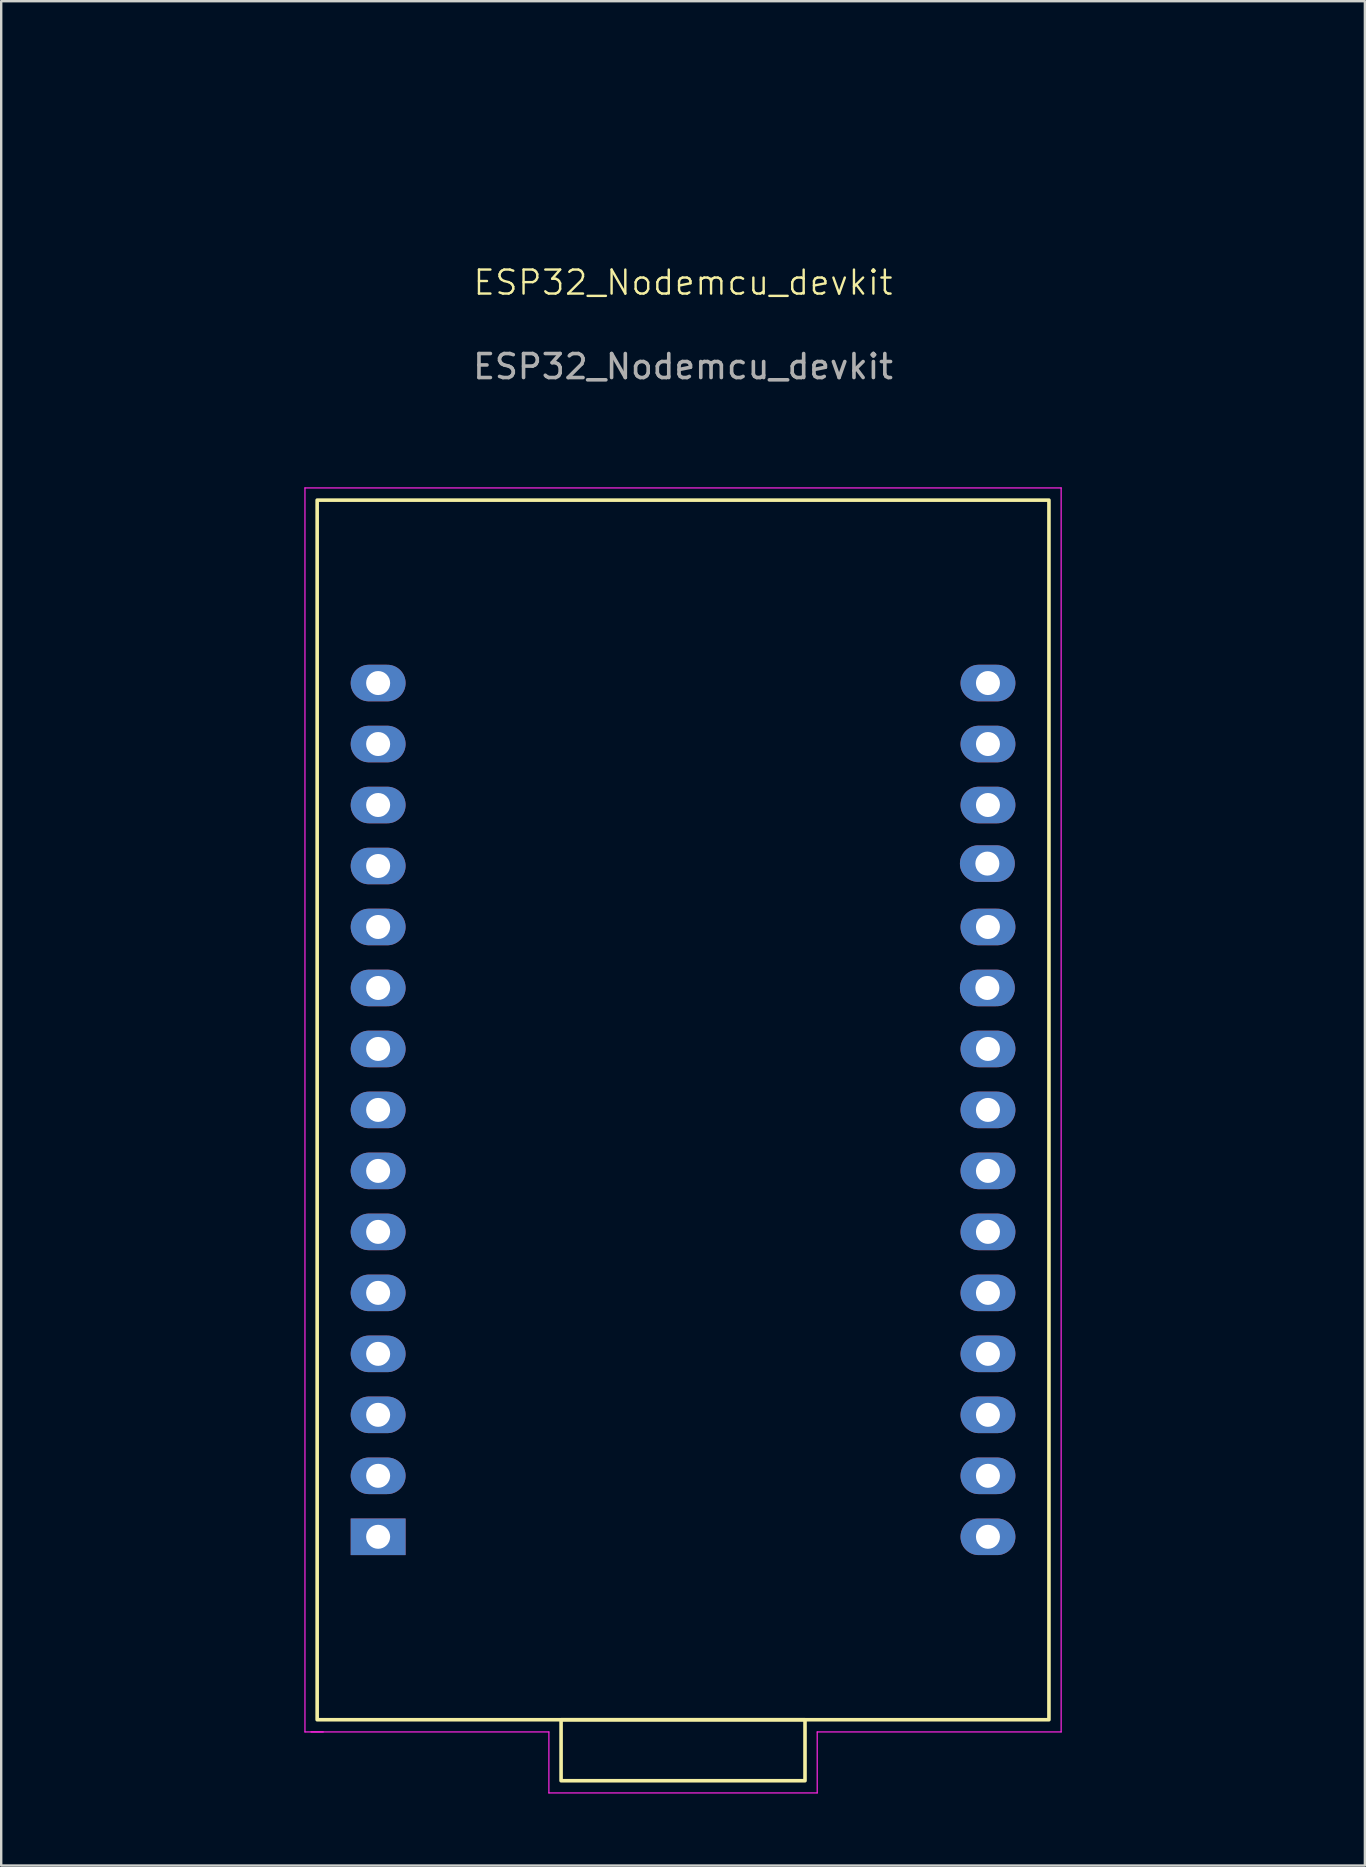
<source format=kicad_pcb>
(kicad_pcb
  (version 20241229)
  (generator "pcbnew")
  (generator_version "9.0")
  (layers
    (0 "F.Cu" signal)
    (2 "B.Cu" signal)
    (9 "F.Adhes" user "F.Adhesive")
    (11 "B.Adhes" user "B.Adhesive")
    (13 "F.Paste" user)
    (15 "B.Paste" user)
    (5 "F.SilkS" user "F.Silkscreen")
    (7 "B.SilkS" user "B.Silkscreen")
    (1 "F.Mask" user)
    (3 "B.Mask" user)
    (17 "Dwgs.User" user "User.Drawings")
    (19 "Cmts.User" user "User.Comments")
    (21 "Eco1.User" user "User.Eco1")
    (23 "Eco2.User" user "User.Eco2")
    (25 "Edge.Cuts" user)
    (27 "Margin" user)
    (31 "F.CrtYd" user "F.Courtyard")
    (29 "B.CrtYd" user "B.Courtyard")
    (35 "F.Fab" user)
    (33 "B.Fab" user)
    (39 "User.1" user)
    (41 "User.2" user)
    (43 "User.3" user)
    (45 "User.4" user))
  (footprint "ESP32_Nodemcu_devkit"
    (layer "F.Cu")
    (at 25.4 45.72)
    (property "Reference" "ESP32_Nodemcu_devkit" (at 0 -37 0) (unlocked yes) (layer "F.SilkS") (effects (font (size 1 1) (thickness 0.1))))
    (attr smd)
    (fp_rect (start -15.24 -27.94) (end 15.24 22.86) (stroke (width 0.15) (type default)) (fill no) (layer "F.SilkS"))
    (fp_rect (start -5.08 22.86) (end 5.08 25.4) (stroke (width 0.15) (type default)) (fill no) (layer "F.SilkS"))
    (fp_line (start -15.748 -28.448) (end -15.748 23.368) (stroke (width 0.05) (type default)) (layer "F.CrtYd"))
    (fp_line (start -15.748 23.368) (end -14.986 23.368) (stroke (width 0.05) (type default)) (layer "F.CrtYd"))
    (fp_line (start -15.494 23.368) (end -5.588 23.368) (stroke (width 0.05) (type default)) (layer "F.CrtYd"))
    (fp_line (start -5.588 23.368) (end -5.588 25.908) (stroke (width 0.05) (type default)) (layer "F.CrtYd"))
    (fp_line (start -5.588 25.908) (end 5.588 25.908) (stroke (width 0.05) (type default)) (layer "F.CrtYd"))
    (fp_line (start 5.588 23.368) (end 15.748 23.368) (stroke (width 0.05) (type default)) (layer "F.CrtYd"))
    (fp_line (start 5.588 25.908) (end 5.588 23.368) (stroke (width 0.05) (type default)) (layer "F.CrtYd"))
    (fp_line (start 15.748 -28.448) (end -15.748 -28.448) (stroke (width 0.05) (type default)) (layer "F.CrtYd"))
    (fp_line (start 15.748 23.368) (end 15.748 -28.448) (stroke (width 0.05) (type default)) (layer "F.CrtYd"))
    (fp_text user "${REFERENCE}" (at 0 -33.5 0) (unlocked yes) (layer "F.Fab") (effects (font (size 1 1) (thickness 0.15))))
    (pad "0" thru_hole rect (at -12.7 15.24) (size 2.286 1.524) (drill 1) (layers "*.Cu" "*.Mask"))
    (pad "1" thru_hole oval (at -12.7 12.7) (size 2.286 1.524) (drill 1) (layers "*.Cu" "*.Mask"))
    (pad "2" thru_hole oval (at 12.7 15.24) (size 2.286 1.524) (drill 1) (layers "*.Cu" "*.Mask"))
    (pad "3" thru_hole oval (at -12.7 -20.32) (size 2.286 1.524) (drill 1) (layers "*.Cu" "*.Mask"))
    (pad "4" thru_hole oval (at -12.7 -17.78) (size 2.286 1.524) (drill 1) (layers "*.Cu" "*.Mask"))
    (pad "5" thru_hole oval (at -12.7 -15.24) (size 2.286 1.524) (drill 1) (layers "*.Cu" "*.Mask"))
    (pad "6" thru_hole oval (at -12.7 -12.7) (size 2.286 1.524) (drill 1) (layers "*.Cu" "*.Mask"))
    (pad "7" thru_hole oval (at -12.7 -10.16) (size 2.286 1.524) (drill 1) (layers "*.Cu" "*.Mask"))
    (pad "8" thru_hole oval (at -12.7 -7.62) (size 2.286 1.524) (drill 1) (layers "*.Cu" "*.Mask"))
    (pad "9" thru_hole oval (at -12.7 -5.08) (size 2.286 1.524) (drill 1) (layers "*.Cu" "*.Mask"))
    (pad "10" thru_hole oval (at -12.7 -2.54) (size 2.286 1.524) (drill 1) (layers "*.Cu" "*.Mask"))
    (pad "11" thru_hole oval (at -12.7 0) (size 2.286 1.524) (drill 1) (layers "*.Cu" "*.Mask"))
    (pad "12" thru_hole oval (at -12.7 2.54) (size 2.286 1.524) (drill 1) (layers "*.Cu" "*.Mask"))
    (pad "13" thru_hole oval (at -12.7 5.08) (size 2.286 1.524) (drill 1) (layers "*.Cu" "*.Mask"))
    (pad "14" thru_hole oval (at -12.7 7.62) (size 2.286 1.524) (drill 1) (layers "*.Cu" "*.Mask"))
    (pad "16" thru_hole oval (at -12.7 10.16) (size 2.286 1.524) (drill 1) (layers "*.Cu" "*.Mask"))
    (pad "23" thru_hole oval (at 12.7 10.16) (size 2.286 1.524) (drill 1) (layers "*.Cu" "*.Mask"))
    (pad "24" thru_hole oval (at 12.7 7.62) (size 2.286 1.524) (drill 1) (layers "*.Cu" "*.Mask"))
    (pad "26" thru_hole oval (at 12.7 5.08) (size 2.286 1.524) (drill 1) (layers "*.Cu" "*.Mask"))
    (pad "27" thru_hole oval (at 12.7 2.54) (size 2.286 1.524) (drill 1) (layers "*.Cu" "*.Mask"))
    (pad "28" thru_hole oval (at 12.7 0) (size 2.286 1.524) (drill 1) (layers "*.Cu" "*.Mask"))
    (pad "29" thru_hole oval (at 12.7 -2.54) (size 2.286 1.524) (drill 1) (layers "*.Cu" "*.Mask"))
    (pad "30" thru_hole oval (at 12.7 -5.08) (size 2.286 1.524) (drill 1) (layers "*.Cu" "*.Mask"))
    (pad "31" thru_hole oval (at 12.675 -7.62) (size 2.286 1.524) (drill 1) (layers "*.Cu" "*.Mask"))
    (pad "33" thru_hole oval (at 12.7 -10.16) (size 2.286 1.524) (drill 1) (layers "*.Cu" "*.Mask"))
    (pad "34" thru_hole oval (at 12.675 -12.8) (size 2.286 1.524) (drill 1) (layers "*.Cu" "*.Mask"))
    (pad "35" thru_hole oval (at 12.7 -15.24) (size 2.286 1.524) (drill 1) (layers "*.Cu" "*.Mask"))
    (pad "36" thru_hole oval (at 12.7 -17.78) (size 2.286 1.524) (drill 1) (layers "*.Cu" "*.Mask"))
    (pad "37" thru_hole oval (at 12.7 -20.32) (size 2.286 1.524) (drill 1) (layers "*.Cu" "*.Mask"))
    (pad "38" thru_hole oval (at 12.7 12.7) (size 2.286 1.524) (drill 1) (layers "*.Cu" "*.Mask"))
    (zone (net_name "") (layer "User.1") (name "EM keep out") (hatch full 0.5) (connect_pads) (min_thickness 0.25) (filled_areas_thickness no) (keepout (tracks not_allowed) (vias not_allowed) (pads not_allowed) (copperpour allowed) (footprints not_allowed)) (placement (enabled no)) (fill) (polygon (pts (xy 0 0) (xy 50.8 0) (xy 50.8 20.32) (xy 0 20.32)))))
  (gr_rect
    (start -3 -3)
    (end 53.8 74.653)
    (stroke (width 0.1) (type default))
    (fill no)
    (layer "Edge.Cuts")))
</source>
